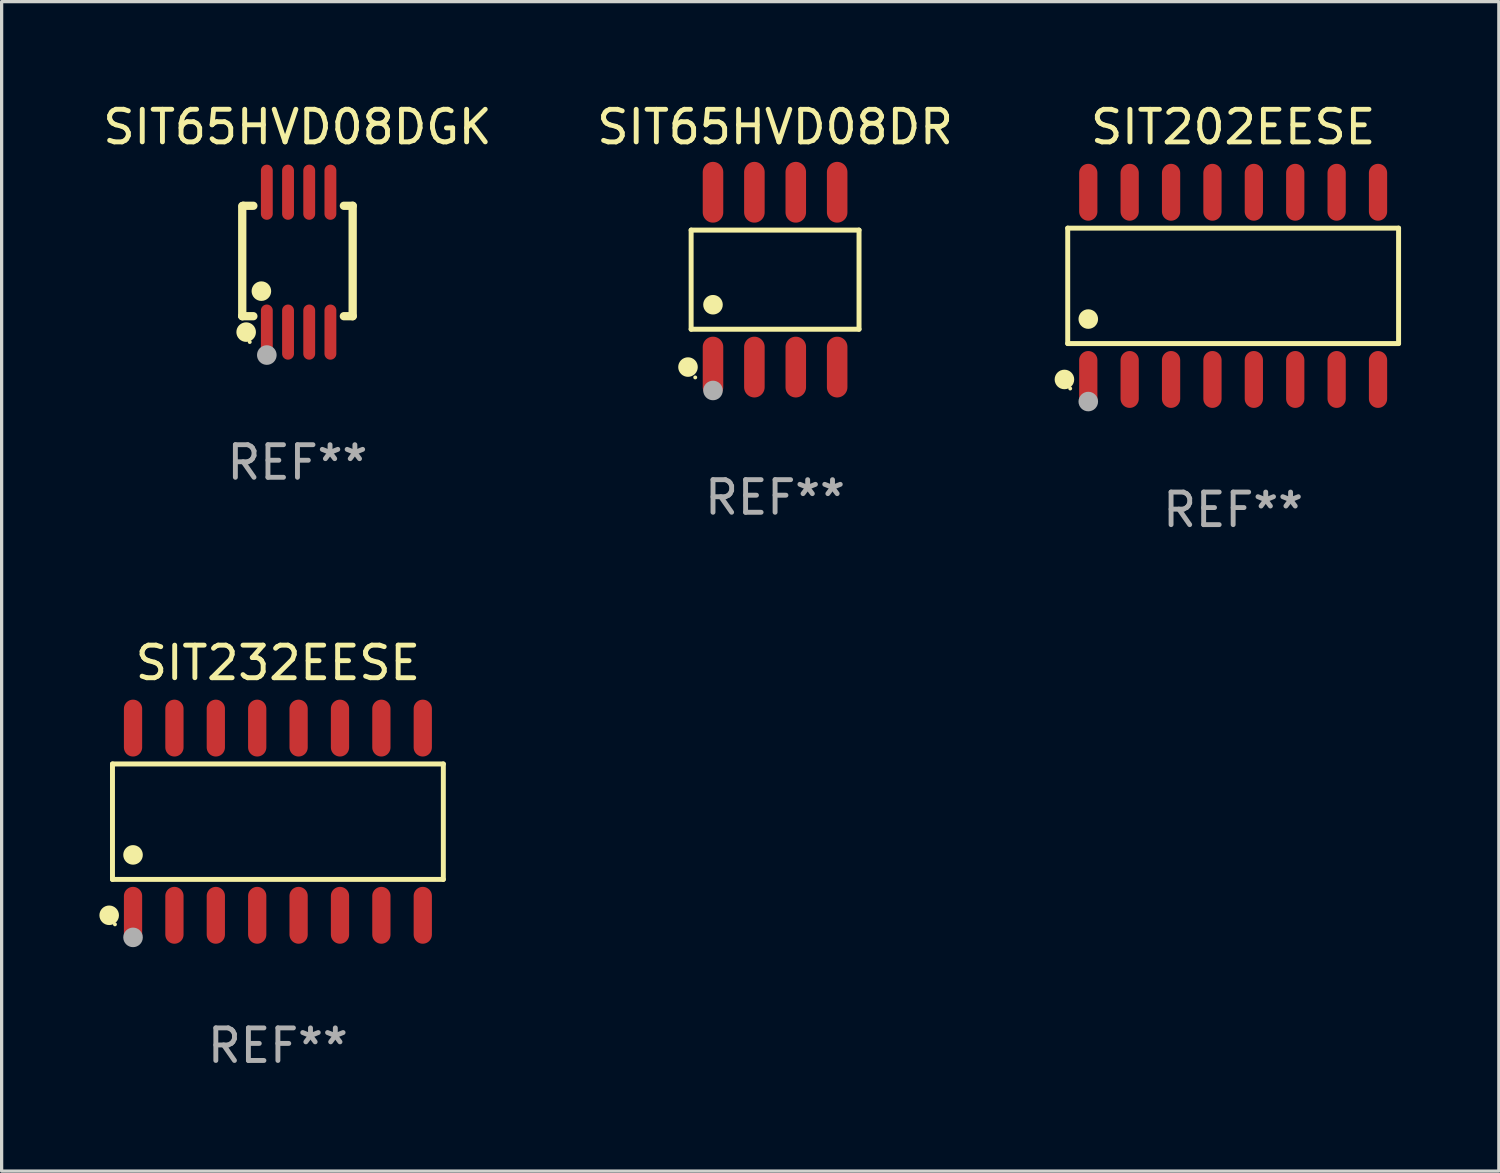
<source format=kicad_pcb>
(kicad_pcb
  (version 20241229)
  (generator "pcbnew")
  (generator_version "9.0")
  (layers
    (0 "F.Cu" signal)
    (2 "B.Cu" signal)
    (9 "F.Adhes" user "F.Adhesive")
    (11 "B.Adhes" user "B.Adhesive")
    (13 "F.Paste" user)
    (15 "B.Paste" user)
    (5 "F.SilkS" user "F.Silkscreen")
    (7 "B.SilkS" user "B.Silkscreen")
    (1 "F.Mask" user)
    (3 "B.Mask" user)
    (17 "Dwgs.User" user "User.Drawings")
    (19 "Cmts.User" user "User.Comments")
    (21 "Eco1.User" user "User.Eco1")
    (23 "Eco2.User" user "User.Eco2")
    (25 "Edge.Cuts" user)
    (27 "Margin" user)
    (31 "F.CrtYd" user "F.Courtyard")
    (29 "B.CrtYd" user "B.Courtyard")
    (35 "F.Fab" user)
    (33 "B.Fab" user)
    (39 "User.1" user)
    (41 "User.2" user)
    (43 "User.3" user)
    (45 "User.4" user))
  (footprint "SIT232EESE"
    (layer "F.Cu")
    (at 5.477 22.162)
    (property "Reference" "SIT232EESE" (at 0 -4.872 0) (layer "F.SilkS") (effects (font (size 1 1) (thickness 0.15))))
    (attr through_hole)
    (fp_line (start -5.076 -1.771) (end 5.076 -1.771) (stroke (width 0.152) (type solid)) (layer "F.SilkS"))
    (fp_line (start -5.076 1.771) (end -5.076 -1.771) (stroke (width 0.152) (type solid)) (layer "F.SilkS"))
    (fp_line (start 5.076 -1.771) (end 5.076 1.771) (stroke (width 0.152) (type solid)) (layer "F.SilkS"))
    (fp_line (start 5.076 1.771) (end -5.076 1.771) (stroke (width 0.152) (type solid)) (layer "F.SilkS"))
    (fp_circle (center -5.177 2.872) (end -5.027 2.872) (stroke (width 0.3) (type solid)) (fill no) (layer "F.SilkS"))
    (fp_circle (center -5 3.15) (end -4.97 3.15) (stroke (width 0.06) (type solid)) (fill no) (layer "F.SilkS"))
    (fp_circle (center -4.445 1.019) (end -4.295 1.019) (stroke (width 0.3) (type solid)) (fill no) (layer "F.SilkS"))
    (fp_circle (center -4.445 3.55) (end -4.295 3.55) (stroke (width 0.3) (type solid)) (fill no) (layer "F.Fab"))
    (fp_text user "REF**" (at 0 6.872 0) (layer "F.Fab") (effects (font (size 1 1) (thickness 0.15))))
    (pad "1" smd oval (at -4.445 2.872) (size 0.56 1.745) (layers "F.Cu" "F.Mask" "F.Paste"))
    (pad "2" smd oval (at -3.175 2.872) (size 0.56 1.745) (layers "F.Cu" "F.Mask" "F.Paste"))
    (pad "3" smd oval (at -1.905 2.872) (size 0.56 1.745) (layers "F.Cu" "F.Mask" "F.Paste"))
    (pad "4" smd oval (at -0.635 2.872) (size 0.56 1.745) (layers "F.Cu" "F.Mask" "F.Paste"))
    (pad "5" smd oval (at 0.635 2.872) (size 0.56 1.745) (layers "F.Cu" "F.Mask" "F.Paste"))
    (pad "6" smd oval (at 1.905 2.872) (size 0.56 1.745) (layers "F.Cu" "F.Mask" "F.Paste"))
    (pad "7" smd oval (at 3.175 2.872) (size 0.56 1.745) (layers "F.Cu" "F.Mask" "F.Paste"))
    (pad "8" smd oval (at 4.445 2.872) (size 0.56 1.745) (layers "F.Cu" "F.Mask" "F.Paste"))
    (pad "9" smd oval (at 4.445 -2.872) (size 0.56 1.745) (layers "F.Cu" "F.Mask" "F.Paste"))
    (pad "10" smd oval (at 3.175 -2.872) (size 0.56 1.745) (layers "F.Cu" "F.Mask" "F.Paste"))
    (pad "11" smd oval (at 1.905 -2.872) (size 0.56 1.745) (layers "F.Cu" "F.Mask" "F.Paste"))
    (pad "12" smd oval (at 0.635 -2.872) (size 0.56 1.745) (layers "F.Cu" "F.Mask" "F.Paste"))
    (pad "13" smd oval (at -0.635 -2.872) (size 0.56 1.745) (layers "F.Cu" "F.Mask" "F.Paste"))
    (pad "14" smd oval (at -1.905 -2.872) (size 0.56 1.745) (layers "F.Cu" "F.Mask" "F.Paste"))
    (pad "15" smd oval (at -3.175 -2.872) (size 0.56 1.745) (layers "F.Cu" "F.Mask" "F.Paste"))
    (pad "16" smd oval (at -4.445 -2.872) (size 0.56 1.745) (layers "F.Cu" "F.Mask" "F.Paste")))
  (footprint "SIT202EESE"
    (layer "F.Cu")
    (at 34.787 5.721)
    (property "Reference" "SIT202EESE" (at 0 -4.872 0) (layer "F.SilkS") (effects (font (size 1 1) (thickness 0.15))))
    (attr through_hole)
    (fp_line (start -5.076 -1.771) (end 5.076 -1.771) (stroke (width 0.152) (type solid)) (layer "F.SilkS"))
    (fp_line (start -5.076 1.771) (end -5.076 -1.771) (stroke (width 0.152) (type solid)) (layer "F.SilkS"))
    (fp_line (start 5.076 -1.771) (end 5.076 1.771) (stroke (width 0.152) (type solid)) (layer "F.SilkS"))
    (fp_line (start 5.076 1.771) (end -5.076 1.771) (stroke (width 0.152) (type solid)) (layer "F.SilkS"))
    (fp_circle (center -5.177 2.872) (end -5.027 2.872) (stroke (width 0.3) (type solid)) (fill no) (layer "F.SilkS"))
    (fp_circle (center -5 3.15) (end -4.97 3.15) (stroke (width 0.06) (type solid)) (fill no) (layer "F.SilkS"))
    (fp_circle (center -4.445 1.019) (end -4.295 1.019) (stroke (width 0.3) (type solid)) (fill no) (layer "F.SilkS"))
    (fp_circle (center -4.445 3.55) (end -4.295 3.55) (stroke (width 0.3) (type solid)) (fill no) (layer "F.Fab"))
    (fp_text user "REF**" (at 0 6.872 0) (layer "F.Fab") (effects (font (size 1 1) (thickness 0.15))))
    (pad "1" smd oval (at -4.445 2.872) (size 0.56 1.745) (layers "F.Cu" "F.Mask" "F.Paste"))
    (pad "2" smd oval (at -3.175 2.872) (size 0.56 1.745) (layers "F.Cu" "F.Mask" "F.Paste"))
    (pad "3" smd oval (at -1.905 2.872) (size 0.56 1.745) (layers "F.Cu" "F.Mask" "F.Paste"))
    (pad "4" smd oval (at -0.635 2.872) (size 0.56 1.745) (layers "F.Cu" "F.Mask" "F.Paste"))
    (pad "5" smd oval (at 0.635 2.872) (size 0.56 1.745) (layers "F.Cu" "F.Mask" "F.Paste"))
    (pad "6" smd oval (at 1.905 2.872) (size 0.56 1.745) (layers "F.Cu" "F.Mask" "F.Paste"))
    (pad "7" smd oval (at 3.175 2.872) (size 0.56 1.745) (layers "F.Cu" "F.Mask" "F.Paste"))
    (pad "8" smd oval (at 4.445 2.872) (size 0.56 1.745) (layers "F.Cu" "F.Mask" "F.Paste"))
    (pad "9" smd oval (at 4.445 -2.872) (size 0.56 1.745) (layers "F.Cu" "F.Mask" "F.Paste"))
    (pad "10" smd oval (at 3.175 -2.872) (size 0.56 1.745) (layers "F.Cu" "F.Mask" "F.Paste"))
    (pad "11" smd oval (at 1.905 -2.872) (size 0.56 1.745) (layers "F.Cu" "F.Mask" "F.Paste"))
    (pad "12" smd oval (at 0.635 -2.872) (size 0.56 1.745) (layers "F.Cu" "F.Mask" "F.Paste"))
    (pad "13" smd oval (at -0.635 -2.872) (size 0.56 1.745) (layers "F.Cu" "F.Mask" "F.Paste"))
    (pad "14" smd oval (at -1.905 -2.872) (size 0.56 1.745) (layers "F.Cu" "F.Mask" "F.Paste"))
    (pad "15" smd oval (at -3.175 -2.872) (size 0.56 1.745) (layers "F.Cu" "F.Mask" "F.Paste"))
    (pad "16" smd oval (at -4.445 -2.872) (size 0.56 1.745) (layers "F.Cu" "F.Mask" "F.Paste")))
  (footprint "SIT65HVD08DR"
    (layer "F.Cu")
    (at 20.732 5.531)
    (property "Reference" "SIT65HVD08DR" (at 0 -4.682 0) (layer "F.SilkS") (effects (font (size 1 1) (thickness 0.15))))
    (attr through_hole)
    (fp_line (start -2.576 -1.521) (end 2.576 -1.521) (stroke (width 0.152) (type solid)) (layer "F.SilkS"))
    (fp_line (start -2.576 1.521) (end -2.576 -1.521) (stroke (width 0.152) (type solid)) (layer "F.SilkS"))
    (fp_line (start 2.576 -1.521) (end 2.576 1.521) (stroke (width 0.152) (type solid)) (layer "F.SilkS"))
    (fp_line (start 2.576 1.521) (end -2.576 1.521) (stroke (width 0.152) (type solid)) (layer "F.SilkS"))
    (fp_circle (center -2.672 2.682) (end -2.522 2.682) (stroke (width 0.3) (type solid)) (fill no) (layer "F.SilkS"))
    (fp_circle (center -2.45 3) (end -2.42 3) (stroke (width 0.06) (type solid)) (fill no) (layer "F.SilkS"))
    (fp_circle (center -1.905 0.769) (end -1.755 0.769) (stroke (width 0.3) (type solid)) (fill no) (layer "F.SilkS"))
    (fp_circle (center -1.905 3.4) (end -1.755 3.4) (stroke (width 0.3) (type solid)) (fill no) (layer "F.Fab"))
    (fp_text user "REF**" (at 0 6.682 0) (layer "F.Fab") (effects (font (size 1 1) (thickness 0.15))))
    (pad "1" smd oval (at -1.905 2.682) (size 0.63 1.865) (layers "F.Cu" "F.Mask" "F.Paste"))
    (pad "2" smd oval (at -0.635 2.682) (size 0.63 1.865) (layers "F.Cu" "F.Mask" "F.Paste"))
    (pad "3" smd oval (at 0.635 2.682) (size 0.63 1.865) (layers "F.Cu" "F.Mask" "F.Paste"))
    (pad "4" smd oval (at 1.905 2.682) (size 0.63 1.865) (layers "F.Cu" "F.Mask" "F.Paste"))
    (pad "5" smd oval (at 1.905 -2.682) (size 0.63 1.865) (layers "F.Cu" "F.Mask" "F.Paste"))
    (pad "6" smd oval (at 0.635 -2.682) (size 0.63 1.865) (layers "F.Cu" "F.Mask" "F.Paste"))
    (pad "7" smd oval (at -0.635 -2.682) (size 0.63 1.865) (layers "F.Cu" "F.Mask" "F.Paste"))
    (pad "8" smd oval (at -1.905 -2.682) (size 0.63 1.865) (layers "F.Cu" "F.Mask" "F.Paste")))
  (footprint "SIT65HVD08DGK"
    (layer "F.Cu")
    (at 6.077 4.994)
    (property "Reference" "SIT65HVD08DGK" (at 0 -4.146 0) (layer "F.SilkS") (effects (font (size 1 1) (thickness 0.15))))
    (attr through_hole)
    (fp_line (start -1.694 -1.724) (end -1.694 1.652) (stroke (width 0.254) (type solid)) (layer "F.SilkS"))
    (fp_line (start -1.694 1.652) (end -1.688 1.658) (stroke (width 0.254) (type solid)) (layer "F.SilkS"))
    (fp_line (start -1.688 1.658) (end -1.353 1.658) (stroke (width 0.254) (type solid)) (layer "F.SilkS"))
    (fp_line (start -1.661 -1.73) (end -1.681 -1.71) (stroke (width 0.254) (type solid)) (layer "F.SilkS"))
    (fp_line (start -1.353 -1.73) (end -1.661 -1.73) (stroke (width 0.254) (type solid)) (layer "F.SilkS"))
    (fp_line (start 1.424 1.658) (end 1.694 1.658) (stroke (width 0.254) (type solid)) (layer "F.SilkS"))
    (fp_line (start 1.694 -1.73) (end 1.424 -1.73) (stroke (width 0.254) (type solid)) (layer "F.SilkS"))
    (fp_line (start 1.694 1.658) (end 1.694 -1.73) (stroke (width 0.254) (type solid)) (layer "F.SilkS"))
    (fp_circle (center -1.574 2.146) (end -1.424 2.146) (stroke (width 0.3) (type solid)) (fill no) (layer "F.SilkS"))
    (fp_circle (center -1.464 2.45) (end -1.434 2.45) (stroke (width 0.06) (type solid)) (fill no) (layer "F.SilkS"))
    (fp_circle (center -1.107 0.889) (end -0.957 0.889) (stroke (width 0.3) (type solid)) (fill no) (layer "F.SilkS"))
    (fp_circle (center -0.94 2.85) (end -0.789 2.85) (stroke (width 0.3) (type solid)) (fill no) (layer "F.Fab"))
    (fp_text user "REF**" (at 0 6.146 0) (layer "F.Fab") (effects (font (size 1 1) (thickness 0.15))))
    (pad "1" smd oval (at -0.94 2.146) (size 0.364 1.692) (layers "F.Cu" "F.Mask" "F.Paste"))
    (pad "2" smd oval (at -0.289 2.146) (size 0.364 1.692) (layers "F.Cu" "F.Mask" "F.Paste"))
    (pad "3" smd oval (at 0.361 2.146) (size 0.364 1.692) (layers "F.Cu" "F.Mask" "F.Paste"))
    (pad "4" smd oval (at 1.011 2.146) (size 0.364 1.692) (layers "F.Cu" "F.Mask" "F.Paste"))
    (pad "5" smd oval (at 1.011 -2.146) (size 0.364 1.692) (layers "F.Cu" "F.Mask" "F.Paste"))
    (pad "6" smd oval (at 0.361 -2.146) (size 0.364 1.692) (layers "F.Cu" "F.Mask" "F.Paste"))
    (pad "7" smd oval (at -0.289 -2.146) (size 0.364 1.692) (layers "F.Cu" "F.Mask" "F.Paste"))
    (pad "8" smd oval (at -0.94 -2.146) (size 0.364 1.692) (layers "F.Cu" "F.Mask" "F.Paste")))
  (gr_rect
    (start -3 -3)
    (end 42.939 32.883)
    (stroke (width 0.1) (type default))
    (fill no)
    (layer "Edge.Cuts")))
</source>
